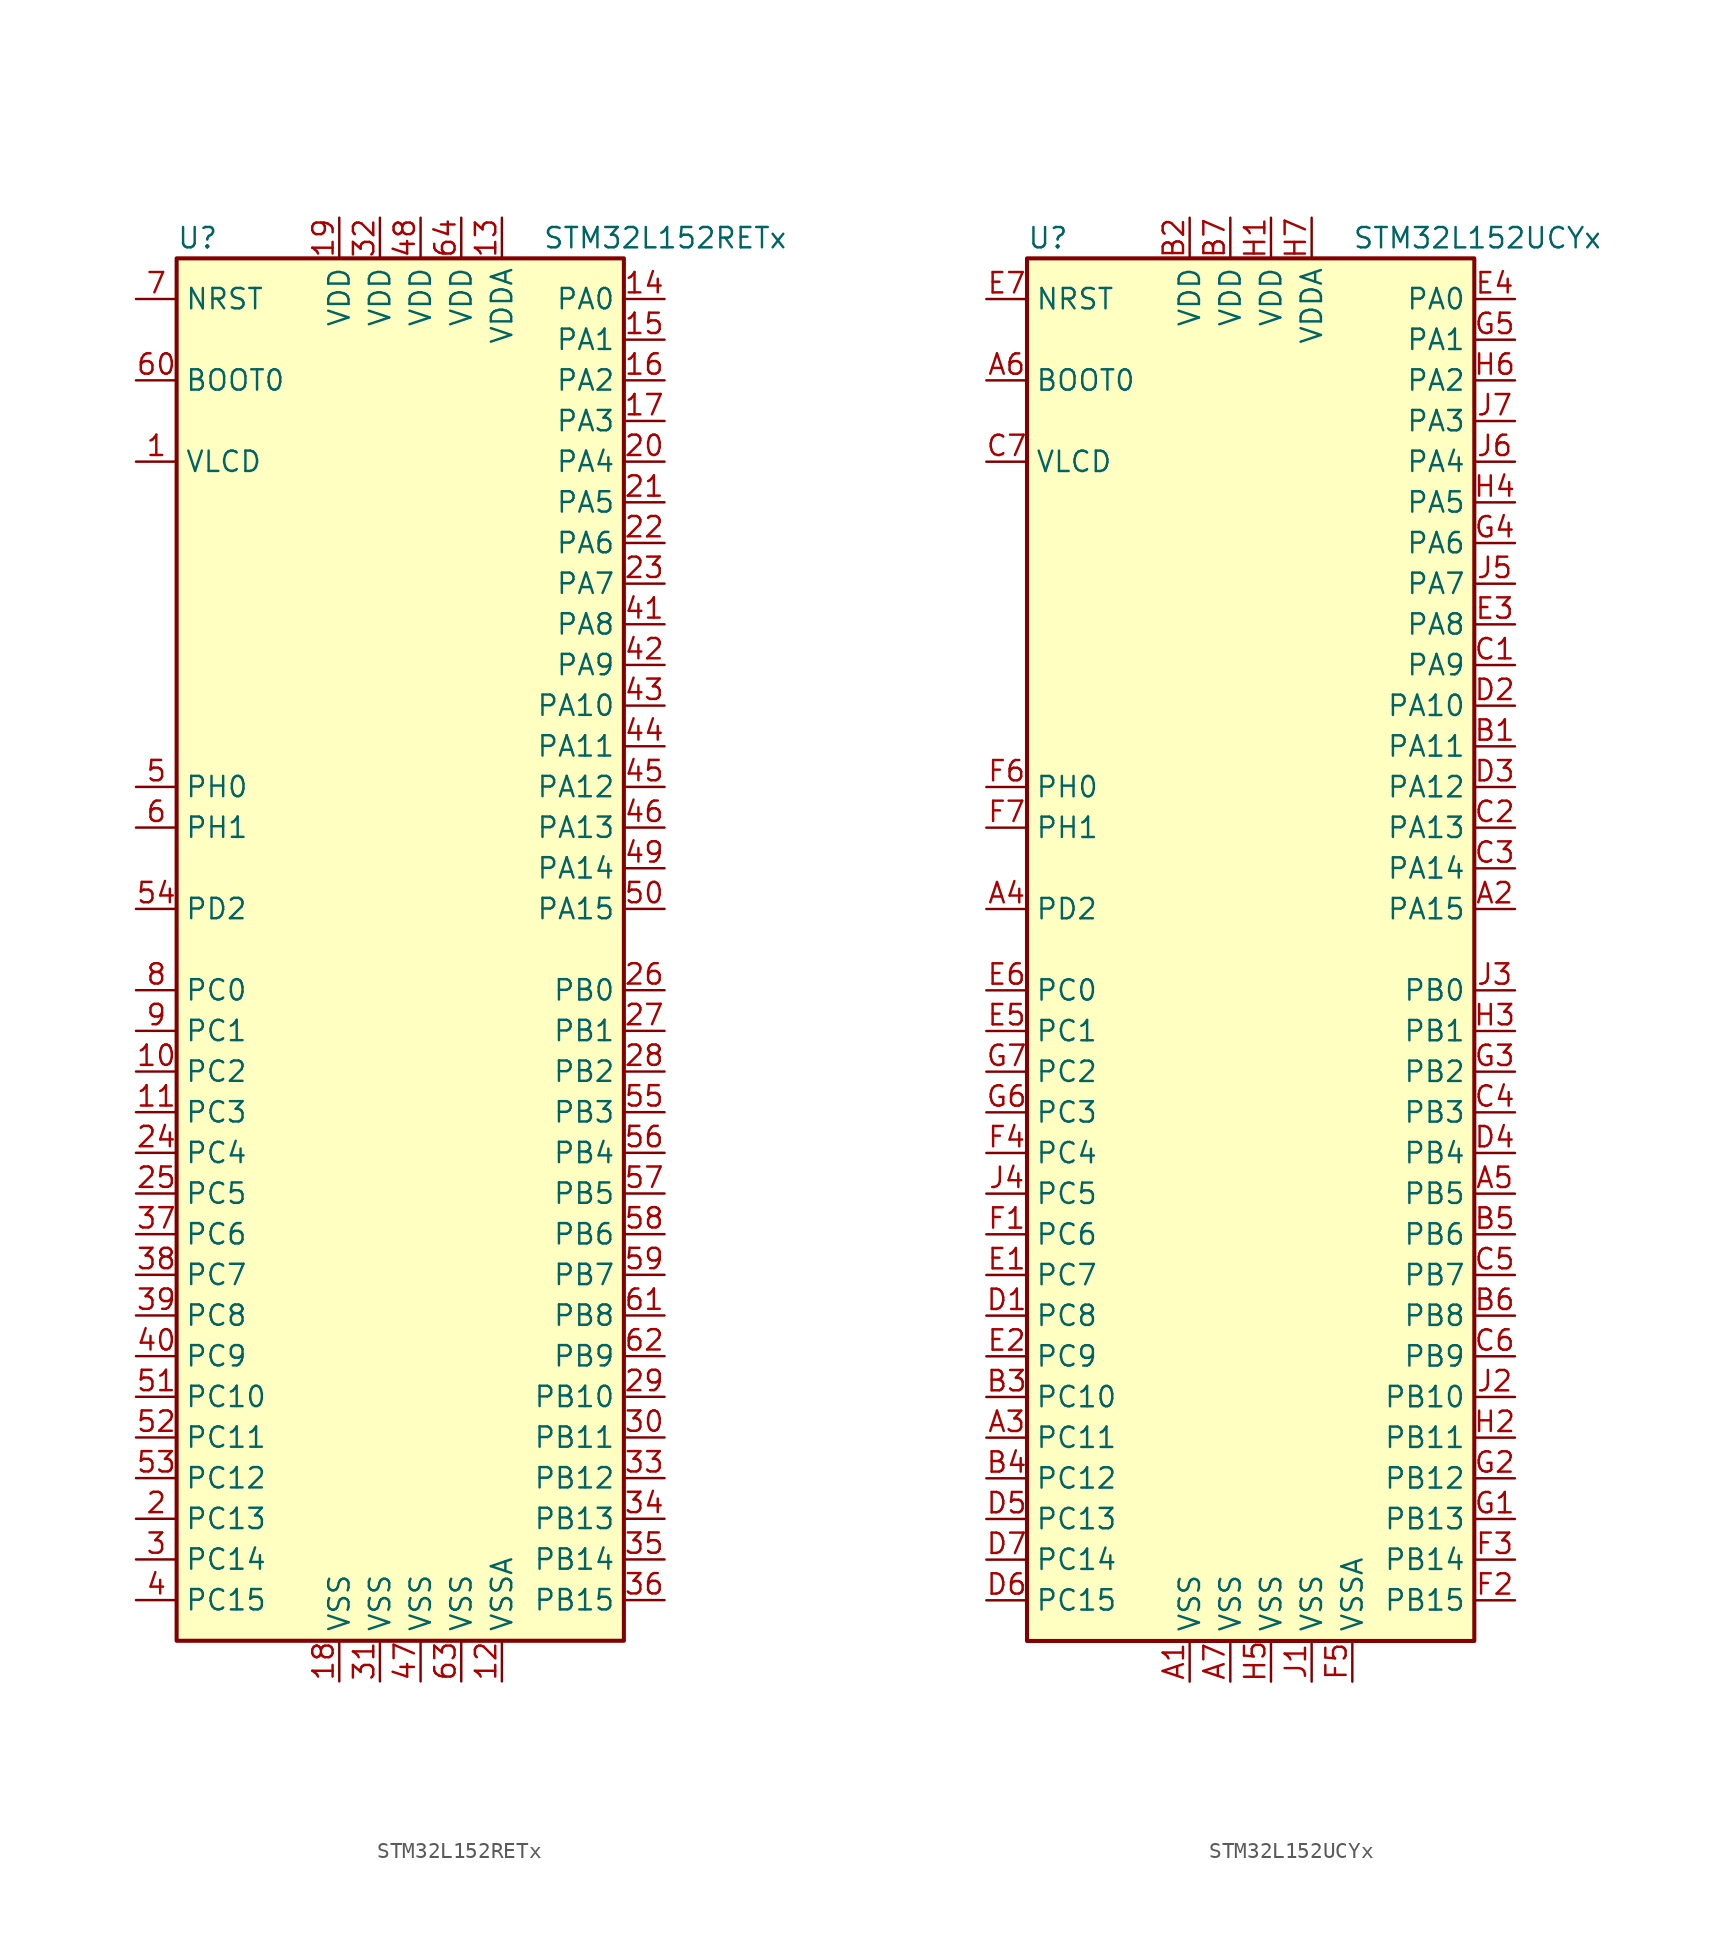
<source format=kicad_sym>
(kicad_symbol_lib
  (version 20201005)
  (generator kicad_symbol_editor)
  (symbol "STM32L152RETx"
    (property "Reference" "U"
      (at -15.24 44.45 0)
      (effects (font (size 1.27 1.27)) (justify left)))
    (property "Value" "STM32L152RETx"
      (at 7.62 44.45 0)
      (effects (font (size 1.27 1.27)) (justify left)))
    (symbol "STM32L152RETx_0_1"
      (rectangle (start -15.24 -43.18) (end 12.7 43.18) (stroke (width 0.254)) (fill (type background))))
    (symbol "STM32L152RETx_1_1"
      (pin power_in line (at -17.78 30.48 0) (length 2.54) (name "VLCD" (effects (font (size 1.27 1.27)))) (number "1" (effects (font (size 1.27 1.27)))))
      (pin bidirectional line (at -17.78 -7.62 0) (length 2.54) (name "PC2" (effects (font (size 1.27 1.27)))) (number "10" (effects (font (size 1.27 1.27)))))
      (pin bidirectional line (at -17.78 -10.16 0) (length 2.54) (name "PC3" (effects (font (size 1.27 1.27)))) (number "11" (effects (font (size 1.27 1.27)))))
      (pin power_in line (at 5.08 -45.72 90) (length 2.54) (name "VSSA" (effects (font (size 1.27 1.27)))) (number "12" (effects (font (size 1.27 1.27)))))
      (pin power_in line (at 5.08 45.72 270) (length 2.54) (name "VDDA" (effects (font (size 1.27 1.27)))) (number "13" (effects (font (size 1.27 1.27)))))
      (pin bidirectional line (at 15.24 40.64 180) (length 2.54) (name "PA0" (effects (font (size 1.27 1.27)))) (number "14" (effects (font (size 1.27 1.27)))))
      (pin bidirectional line (at 15.24 38.1 180) (length 2.54) (name "PA1" (effects (font (size 1.27 1.27)))) (number "15" (effects (font (size 1.27 1.27)))))
      (pin bidirectional line (at 15.24 35.56 180) (length 2.54) (name "PA2" (effects (font (size 1.27 1.27)))) (number "16" (effects (font (size 1.27 1.27)))))
      (pin bidirectional line (at 15.24 33.02 180) (length 2.54) (name "PA3" (effects (font (size 1.27 1.27)))) (number "17" (effects (font (size 1.27 1.27)))))
      (pin power_in line (at -5.08 -45.72 90) (length 2.54) (name "VSS" (effects (font (size 1.27 1.27)))) (number "18" (effects (font (size 1.27 1.27)))))
      (pin power_in line (at -5.08 45.72 270) (length 2.54) (name "VDD" (effects (font (size 1.27 1.27)))) (number "19" (effects (font (size 1.27 1.27)))))
      (pin bidirectional line (at -17.78 -35.56 0) (length 2.54) (name "PC13" (effects (font (size 1.27 1.27)))) (number "2" (effects (font (size 1.27 1.27)))))
      (pin bidirectional line (at 15.24 30.48 180) (length 2.54) (name "PA4" (effects (font (size 1.27 1.27)))) (number "20" (effects (font (size 1.27 1.27)))))
      (pin bidirectional line (at 15.24 27.94 180) (length 2.54) (name "PA5" (effects (font (size 1.27 1.27)))) (number "21" (effects (font (size 1.27 1.27)))))
      (pin bidirectional line (at 15.24 25.4 180) (length 2.54) (name "PA6" (effects (font (size 1.27 1.27)))) (number "22" (effects (font (size 1.27 1.27)))))
      (pin bidirectional line (at 15.24 22.86 180) (length 2.54) (name "PA7" (effects (font (size 1.27 1.27)))) (number "23" (effects (font (size 1.27 1.27)))))
      (pin bidirectional line (at -17.78 -12.7 0) (length 2.54) (name "PC4" (effects (font (size 1.27 1.27)))) (number "24" (effects (font (size 1.27 1.27)))))
      (pin bidirectional line (at -17.78 -15.24 0) (length 2.54) (name "PC5" (effects (font (size 1.27 1.27)))) (number "25" (effects (font (size 1.27 1.27)))))
      (pin bidirectional line (at 15.24 -2.54 180) (length 2.54) (name "PB0" (effects (font (size 1.27 1.27)))) (number "26" (effects (font (size 1.27 1.27)))))
      (pin bidirectional line (at 15.24 -5.08 180) (length 2.54) (name "PB1" (effects (font (size 1.27 1.27)))) (number "27" (effects (font (size 1.27 1.27)))))
      (pin bidirectional line (at 15.24 -7.62 180) (length 2.54) (name "PB2" (effects (font (size 1.27 1.27)))) (number "28" (effects (font (size 1.27 1.27)))))
      (pin bidirectional line (at 15.24 -27.94 180) (length 2.54) (name "PB10" (effects (font (size 1.27 1.27)))) (number "29" (effects (font (size 1.27 1.27)))))
      (pin bidirectional line (at -17.78 -38.1 0) (length 2.54) (name "PC14" (effects (font (size 1.27 1.27)))) (number "3" (effects (font (size 1.27 1.27)))))
      (pin bidirectional line (at 15.24 -30.48 180) (length 2.54) (name "PB11" (effects (font (size 1.27 1.27)))) (number "30" (effects (font (size 1.27 1.27)))))
      (pin power_in line (at -2.54 -45.72 90) (length 2.54) (name "VSS" (effects (font (size 1.27 1.27)))) (number "31" (effects (font (size 1.27 1.27)))))
      (pin power_in line (at -2.54 45.72 270) (length 2.54) (name "VDD" (effects (font (size 1.27 1.27)))) (number "32" (effects (font (size 1.27 1.27)))))
      (pin bidirectional line (at 15.24 -33.02 180) (length 2.54) (name "PB12" (effects (font (size 1.27 1.27)))) (number "33" (effects (font (size 1.27 1.27)))))
      (pin bidirectional line (at 15.24 -35.56 180) (length 2.54) (name "PB13" (effects (font (size 1.27 1.27)))) (number "34" (effects (font (size 1.27 1.27)))))
      (pin bidirectional line (at 15.24 -38.1 180) (length 2.54) (name "PB14" (effects (font (size 1.27 1.27)))) (number "35" (effects (font (size 1.27 1.27)))))
      (pin bidirectional line (at 15.24 -40.64 180) (length 2.54) (name "PB15" (effects (font (size 1.27 1.27)))) (number "36" (effects (font (size 1.27 1.27)))))
      (pin bidirectional line (at -17.78 -17.78 0) (length 2.54) (name "PC6" (effects (font (size 1.27 1.27)))) (number "37" (effects (font (size 1.27 1.27)))))
      (pin bidirectional line (at -17.78 -20.32 0) (length 2.54) (name "PC7" (effects (font (size 1.27 1.27)))) (number "38" (effects (font (size 1.27 1.27)))))
      (pin bidirectional line (at -17.78 -22.86 0) (length 2.54) (name "PC8" (effects (font (size 1.27 1.27)))) (number "39" (effects (font (size 1.27 1.27)))))
      (pin bidirectional line (at -17.78 -40.64 0) (length 2.54) (name "PC15" (effects (font (size 1.27 1.27)))) (number "4" (effects (font (size 1.27 1.27)))))
      (pin bidirectional line (at -17.78 -25.4 0) (length 2.54) (name "PC9" (effects (font (size 1.27 1.27)))) (number "40" (effects (font (size 1.27 1.27)))))
      (pin bidirectional line (at 15.24 20.32 180) (length 2.54) (name "PA8" (effects (font (size 1.27 1.27)))) (number "41" (effects (font (size 1.27 1.27)))))
      (pin bidirectional line (at 15.24 17.78 180) (length 2.54) (name "PA9" (effects (font (size 1.27 1.27)))) (number "42" (effects (font (size 1.27 1.27)))))
      (pin bidirectional line (at 15.24 15.24 180) (length 2.54) (name "PA10" (effects (font (size 1.27 1.27)))) (number "43" (effects (font (size 1.27 1.27)))))
      (pin bidirectional line (at 15.24 12.7 180) (length 2.54) (name "PA11" (effects (font (size 1.27 1.27)))) (number "44" (effects (font (size 1.27 1.27)))))
      (pin bidirectional line (at 15.24 10.16 180) (length 2.54) (name "PA12" (effects (font (size 1.27 1.27)))) (number "45" (effects (font (size 1.27 1.27)))))
      (pin bidirectional line (at 15.24 7.62 180) (length 2.54) (name "PA13" (effects (font (size 1.27 1.27)))) (number "46" (effects (font (size 1.27 1.27)))))
      (pin power_in line (at 0 -45.72 90) (length 2.54) (name "VSS" (effects (font (size 1.27 1.27)))) (number "47" (effects (font (size 1.27 1.27)))))
      (pin power_in line (at 0 45.72 270) (length 2.54) (name "VDD" (effects (font (size 1.27 1.27)))) (number "48" (effects (font (size 1.27 1.27)))))
      (pin bidirectional line (at 15.24 5.08 180) (length 2.54) (name "PA14" (effects (font (size 1.27 1.27)))) (number "49" (effects (font (size 1.27 1.27)))))
      (pin input line (at -17.78 10.16 0) (length 2.54) (name "PH0" (effects (font (size 1.27 1.27)))) (number "5" (effects (font (size 1.27 1.27)))))
      (pin bidirectional line (at 15.24 2.54 180) (length 2.54) (name "PA15" (effects (font (size 1.27 1.27)))) (number "50" (effects (font (size 1.27 1.27)))))
      (pin bidirectional line (at -17.78 -27.94 0) (length 2.54) (name "PC10" (effects (font (size 1.27 1.27)))) (number "51" (effects (font (size 1.27 1.27)))))
      (pin bidirectional line (at -17.78 -30.48 0) (length 2.54) (name "PC11" (effects (font (size 1.27 1.27)))) (number "52" (effects (font (size 1.27 1.27)))))
      (pin bidirectional line (at -17.78 -33.02 0) (length 2.54) (name "PC12" (effects (font (size 1.27 1.27)))) (number "53" (effects (font (size 1.27 1.27)))))
      (pin bidirectional line (at -17.78 2.54 0) (length 2.54) (name "PD2" (effects (font (size 1.27 1.27)))) (number "54" (effects (font (size 1.27 1.27)))))
      (pin bidirectional line (at 15.24 -10.16 180) (length 2.54) (name "PB3" (effects (font (size 1.27 1.27)))) (number "55" (effects (font (size 1.27 1.27)))))
      (pin bidirectional line (at 15.24 -12.7 180) (length 2.54) (name "PB4" (effects (font (size 1.27 1.27)))) (number "56" (effects (font (size 1.27 1.27)))))
      (pin bidirectional line (at 15.24 -15.24 180) (length 2.54) (name "PB5" (effects (font (size 1.27 1.27)))) (number "57" (effects (font (size 1.27 1.27)))))
      (pin bidirectional line (at 15.24 -17.78 180) (length 2.54) (name "PB6" (effects (font (size 1.27 1.27)))) (number "58" (effects (font (size 1.27 1.27)))))
      (pin bidirectional line (at 15.24 -20.32 180) (length 2.54) (name "PB7" (effects (font (size 1.27 1.27)))) (number "59" (effects (font (size 1.27 1.27)))))
      (pin input line (at -17.78 7.62 0) (length 2.54) (name "PH1" (effects (font (size 1.27 1.27)))) (number "6" (effects (font (size 1.27 1.27)))))
      (pin input line (at -17.78 35.56 0) (length 2.54) (name "BOOT0" (effects (font (size 1.27 1.27)))) (number "60" (effects (font (size 1.27 1.27)))))
      (pin bidirectional line (at 15.24 -22.86 180) (length 2.54) (name "PB8" (effects (font (size 1.27 1.27)))) (number "61" (effects (font (size 1.27 1.27)))))
      (pin bidirectional line (at 15.24 -25.4 180) (length 2.54) (name "PB9" (effects (font (size 1.27 1.27)))) (number "62" (effects (font (size 1.27 1.27)))))
      (pin power_in line (at 2.54 -45.72 90) (length 2.54) (name "VSS" (effects (font (size 1.27 1.27)))) (number "63" (effects (font (size 1.27 1.27)))))
      (pin power_in line (at 2.54 45.72 270) (length 2.54) (name "VDD" (effects (font (size 1.27 1.27)))) (number "64" (effects (font (size 1.27 1.27)))))
      (pin input line (at -17.78 40.64 0) (length 2.54) (name "NRST" (effects (font (size 1.27 1.27)))) (number "7" (effects (font (size 1.27 1.27)))))
      (pin bidirectional line (at -17.78 -2.54 0) (length 2.54) (name "PC0" (effects (font (size 1.27 1.27)))) (number "8" (effects (font (size 1.27 1.27)))))
      (pin bidirectional line (at -17.78 -5.08 0) (length 2.54) (name "PC1" (effects (font (size 1.27 1.27)))) (number "9" (effects (font (size 1.27 1.27)))))))
  (symbol "STM32L152UCYx"
    (property "Reference" "U"
      (at -15.24 44.45 0)
      (effects (font (size 1.27 1.27)) (justify left)))
    (property "Value" "STM32L152UCYx"
      (at 5.08 44.45 0)
      (effects (font (size 1.27 1.27)) (justify left)))
    (symbol "STM32L152UCYx_0_1"
      (rectangle (start -15.24 -43.18) (end 12.7 43.18) (stroke (width 0.254)) (fill (type background))))
    (symbol "STM32L152UCYx_1_1"
      (pin power_in line (at -5.08 -45.72 90) (length 2.54) (name "VSS" (effects (font (size 1.27 1.27)))) (number "A1" (effects (font (size 1.27 1.27)))))
      (pin bidirectional line (at 15.24 2.54 180) (length 2.54) (name "PA15" (effects (font (size 1.27 1.27)))) (number "A2" (effects (font (size 1.27 1.27)))))
      (pin bidirectional line (at -17.78 -30.48 0) (length 2.54) (name "PC11" (effects (font (size 1.27 1.27)))) (number "A3" (effects (font (size 1.27 1.27)))))
      (pin bidirectional line (at -17.78 2.54 0) (length 2.54) (name "PD2" (effects (font (size 1.27 1.27)))) (number "A4" (effects (font (size 1.27 1.27)))))
      (pin bidirectional line (at 15.24 -15.24 180) (length 2.54) (name "PB5" (effects (font (size 1.27 1.27)))) (number "A5" (effects (font (size 1.27 1.27)))))
      (pin input line (at -17.78 35.56 0) (length 2.54) (name "BOOT0" (effects (font (size 1.27 1.27)))) (number "A6" (effects (font (size 1.27 1.27)))))
      (pin power_in line (at -2.54 -45.72 90) (length 2.54) (name "VSS" (effects (font (size 1.27 1.27)))) (number "A7" (effects (font (size 1.27 1.27)))))
      (pin bidirectional line (at 15.24 12.7 180) (length 2.54) (name "PA11" (effects (font (size 1.27 1.27)))) (number "B1" (effects (font (size 1.27 1.27)))))
      (pin power_in line (at -5.08 45.72 270) (length 2.54) (name "VDD" (effects (font (size 1.27 1.27)))) (number "B2" (effects (font (size 1.27 1.27)))))
      (pin bidirectional line (at -17.78 -27.94 0) (length 2.54) (name "PC10" (effects (font (size 1.27 1.27)))) (number "B3" (effects (font (size 1.27 1.27)))))
      (pin bidirectional line (at -17.78 -33.02 0) (length 2.54) (name "PC12" (effects (font (size 1.27 1.27)))) (number "B4" (effects (font (size 1.27 1.27)))))
      (pin bidirectional line (at 15.24 -17.78 180) (length 2.54) (name "PB6" (effects (font (size 1.27 1.27)))) (number "B5" (effects (font (size 1.27 1.27)))))
      (pin bidirectional line (at 15.24 -22.86 180) (length 2.54) (name "PB8" (effects (font (size 1.27 1.27)))) (number "B6" (effects (font (size 1.27 1.27)))))
      (pin power_in line (at -2.54 45.72 270) (length 2.54) (name "VDD" (effects (font (size 1.27 1.27)))) (number "B7" (effects (font (size 1.27 1.27)))))
      (pin bidirectional line (at 15.24 17.78 180) (length 2.54) (name "PA9" (effects (font (size 1.27 1.27)))) (number "C1" (effects (font (size 1.27 1.27)))))
      (pin bidirectional line (at 15.24 7.62 180) (length 2.54) (name "PA13" (effects (font (size 1.27 1.27)))) (number "C2" (effects (font (size 1.27 1.27)))))
      (pin bidirectional line (at 15.24 5.08 180) (length 2.54) (name "PA14" (effects (font (size 1.27 1.27)))) (number "C3" (effects (font (size 1.27 1.27)))))
      (pin bidirectional line (at 15.24 -10.16 180) (length 2.54) (name "PB3" (effects (font (size 1.27 1.27)))) (number "C4" (effects (font (size 1.27 1.27)))))
      (pin bidirectional line (at 15.24 -20.32 180) (length 2.54) (name "PB7" (effects (font (size 1.27 1.27)))) (number "C5" (effects (font (size 1.27 1.27)))))
      (pin bidirectional line (at 15.24 -25.4 180) (length 2.54) (name "PB9" (effects (font (size 1.27 1.27)))) (number "C6" (effects (font (size 1.27 1.27)))))
      (pin power_in line (at -17.78 30.48 0) (length 2.54) (name "VLCD" (effects (font (size 1.27 1.27)))) (number "C7" (effects (font (size 1.27 1.27)))))
      (pin bidirectional line (at -17.78 -22.86 0) (length 2.54) (name "PC8" (effects (font (size 1.27 1.27)))) (number "D1" (effects (font (size 1.27 1.27)))))
      (pin bidirectional line (at 15.24 15.24 180) (length 2.54) (name "PA10" (effects (font (size 1.27 1.27)))) (number "D2" (effects (font (size 1.27 1.27)))))
      (pin bidirectional line (at 15.24 10.16 180) (length 2.54) (name "PA12" (effects (font (size 1.27 1.27)))) (number "D3" (effects (font (size 1.27 1.27)))))
      (pin bidirectional line (at 15.24 -12.7 180) (length 2.54) (name "PB4" (effects (font (size 1.27 1.27)))) (number "D4" (effects (font (size 1.27 1.27)))))
      (pin bidirectional line (at -17.78 -35.56 0) (length 2.54) (name "PC13" (effects (font (size 1.27 1.27)))) (number "D5" (effects (font (size 1.27 1.27)))))
      (pin bidirectional line (at -17.78 -40.64 0) (length 2.54) (name "PC15" (effects (font (size 1.27 1.27)))) (number "D6" (effects (font (size 1.27 1.27)))))
      (pin bidirectional line (at -17.78 -38.1 0) (length 2.54) (name "PC14" (effects (font (size 1.27 1.27)))) (number "D7" (effects (font (size 1.27 1.27)))))
      (pin bidirectional line (at -17.78 -20.32 0) (length 2.54) (name "PC7" (effects (font (size 1.27 1.27)))) (number "E1" (effects (font (size 1.27 1.27)))))
      (pin bidirectional line (at -17.78 -25.4 0) (length 2.54) (name "PC9" (effects (font (size 1.27 1.27)))) (number "E2" (effects (font (size 1.27 1.27)))))
      (pin bidirectional line (at 15.24 20.32 180) (length 2.54) (name "PA8" (effects (font (size 1.27 1.27)))) (number "E3" (effects (font (size 1.27 1.27)))))
      (pin bidirectional line (at 15.24 40.64 180) (length 2.54) (name "PA0" (effects (font (size 1.27 1.27)))) (number "E4" (effects (font (size 1.27 1.27)))))
      (pin bidirectional line (at -17.78 -5.08 0) (length 2.54) (name "PC1" (effects (font (size 1.27 1.27)))) (number "E5" (effects (font (size 1.27 1.27)))))
      (pin bidirectional line (at -17.78 -2.54 0) (length 2.54) (name "PC0" (effects (font (size 1.27 1.27)))) (number "E6" (effects (font (size 1.27 1.27)))))
      (pin input line (at -17.78 40.64 0) (length 2.54) (name "NRST" (effects (font (size 1.27 1.27)))) (number "E7" (effects (font (size 1.27 1.27)))))
      (pin bidirectional line (at -17.78 -17.78 0) (length 2.54) (name "PC6" (effects (font (size 1.27 1.27)))) (number "F1" (effects (font (size 1.27 1.27)))))
      (pin bidirectional line (at 15.24 -40.64 180) (length 2.54) (name "PB15" (effects (font (size 1.27 1.27)))) (number "F2" (effects (font (size 1.27 1.27)))))
      (pin bidirectional line (at 15.24 -38.1 180) (length 2.54) (name "PB14" (effects (font (size 1.27 1.27)))) (number "F3" (effects (font (size 1.27 1.27)))))
      (pin bidirectional line (at -17.78 -12.7 0) (length 2.54) (name "PC4" (effects (font (size 1.27 1.27)))) (number "F4" (effects (font (size 1.27 1.27)))))
      (pin power_in line (at 5.08 -45.72 90) (length 2.54) (name "VSSA" (effects (font (size 1.27 1.27)))) (number "F5" (effects (font (size 1.27 1.27)))))
      (pin input line (at -17.78 10.16 0) (length 2.54) (name "PH0" (effects (font (size 1.27 1.27)))) (number "F6" (effects (font (size 1.27 1.27)))))
      (pin input line (at -17.78 7.62 0) (length 2.54) (name "PH1" (effects (font (size 1.27 1.27)))) (number "F7" (effects (font (size 1.27 1.27)))))
      (pin bidirectional line (at 15.24 -35.56 180) (length 2.54) (name "PB13" (effects (font (size 1.27 1.27)))) (number "G1" (effects (font (size 1.27 1.27)))))
      (pin bidirectional line (at 15.24 -33.02 180) (length 2.54) (name "PB12" (effects (font (size 1.27 1.27)))) (number "G2" (effects (font (size 1.27 1.27)))))
      (pin bidirectional line (at 15.24 -7.62 180) (length 2.54) (name "PB2" (effects (font (size 1.27 1.27)))) (number "G3" (effects (font (size 1.27 1.27)))))
      (pin bidirectional line (at 15.24 25.4 180) (length 2.54) (name "PA6" (effects (font (size 1.27 1.27)))) (number "G4" (effects (font (size 1.27 1.27)))))
      (pin bidirectional line (at 15.24 38.1 180) (length 2.54) (name "PA1" (effects (font (size 1.27 1.27)))) (number "G5" (effects (font (size 1.27 1.27)))))
      (pin bidirectional line (at -17.78 -10.16 0) (length 2.54) (name "PC3" (effects (font (size 1.27 1.27)))) (number "G6" (effects (font (size 1.27 1.27)))))
      (pin bidirectional line (at -17.78 -7.62 0) (length 2.54) (name "PC2" (effects (font (size 1.27 1.27)))) (number "G7" (effects (font (size 1.27 1.27)))))
      (pin power_in line (at 0 45.72 270) (length 2.54) (name "VDD" (effects (font (size 1.27 1.27)))) (number "H1" (effects (font (size 1.27 1.27)))))
      (pin bidirectional line (at 15.24 -30.48 180) (length 2.54) (name "PB11" (effects (font (size 1.27 1.27)))) (number "H2" (effects (font (size 1.27 1.27)))))
      (pin bidirectional line (at 15.24 -5.08 180) (length 2.54) (name "PB1" (effects (font (size 1.27 1.27)))) (number "H3" (effects (font (size 1.27 1.27)))))
      (pin bidirectional line (at 15.24 27.94 180) (length 2.54) (name "PA5" (effects (font (size 1.27 1.27)))) (number "H4" (effects (font (size 1.27 1.27)))))
      (pin power_in line (at 0 -45.72 90) (length 2.54) (name "VSS" (effects (font (size 1.27 1.27)))) (number "H5" (effects (font (size 1.27 1.27)))))
      (pin bidirectional line (at 15.24 35.56 180) (length 2.54) (name "PA2" (effects (font (size 1.27 1.27)))) (number "H6" (effects (font (size 1.27 1.27)))))
      (pin power_in line (at 2.54 45.72 270) (length 2.54) (name "VDDA" (effects (font (size 1.27 1.27)))) (number "H7" (effects (font (size 1.27 1.27)))))
      (pin power_in line (at 2.54 -45.72 90) (length 2.54) (name "VSS" (effects (font (size 1.27 1.27)))) (number "J1" (effects (font (size 1.27 1.27)))))
      (pin bidirectional line (at 15.24 -27.94 180) (length 2.54) (name "PB10" (effects (font (size 1.27 1.27)))) (number "J2" (effects (font (size 1.27 1.27)))))
      (pin bidirectional line (at 15.24 -2.54 180) (length 2.54) (name "PB0" (effects (font (size 1.27 1.27)))) (number "J3" (effects (font (size 1.27 1.27)))))
      (pin bidirectional line (at -17.78 -15.24 0) (length 2.54) (name "PC5" (effects (font (size 1.27 1.27)))) (number "J4" (effects (font (size 1.27 1.27)))))
      (pin bidirectional line (at 15.24 22.86 180) (length 2.54) (name "PA7" (effects (font (size 1.27 1.27)))) (number "J5" (effects (font (size 1.27 1.27)))))
      (pin bidirectional line (at 15.24 30.48 180) (length 2.54) (name "PA4" (effects (font (size 1.27 1.27)))) (number "J6" (effects (font (size 1.27 1.27)))))
      (pin bidirectional line (at 15.24 33.02 180) (length 2.54) (name "PA3" (effects (font (size 1.27 1.27)))) (number "J7" (effects (font (size 1.27 1.27))))))))
</source>
